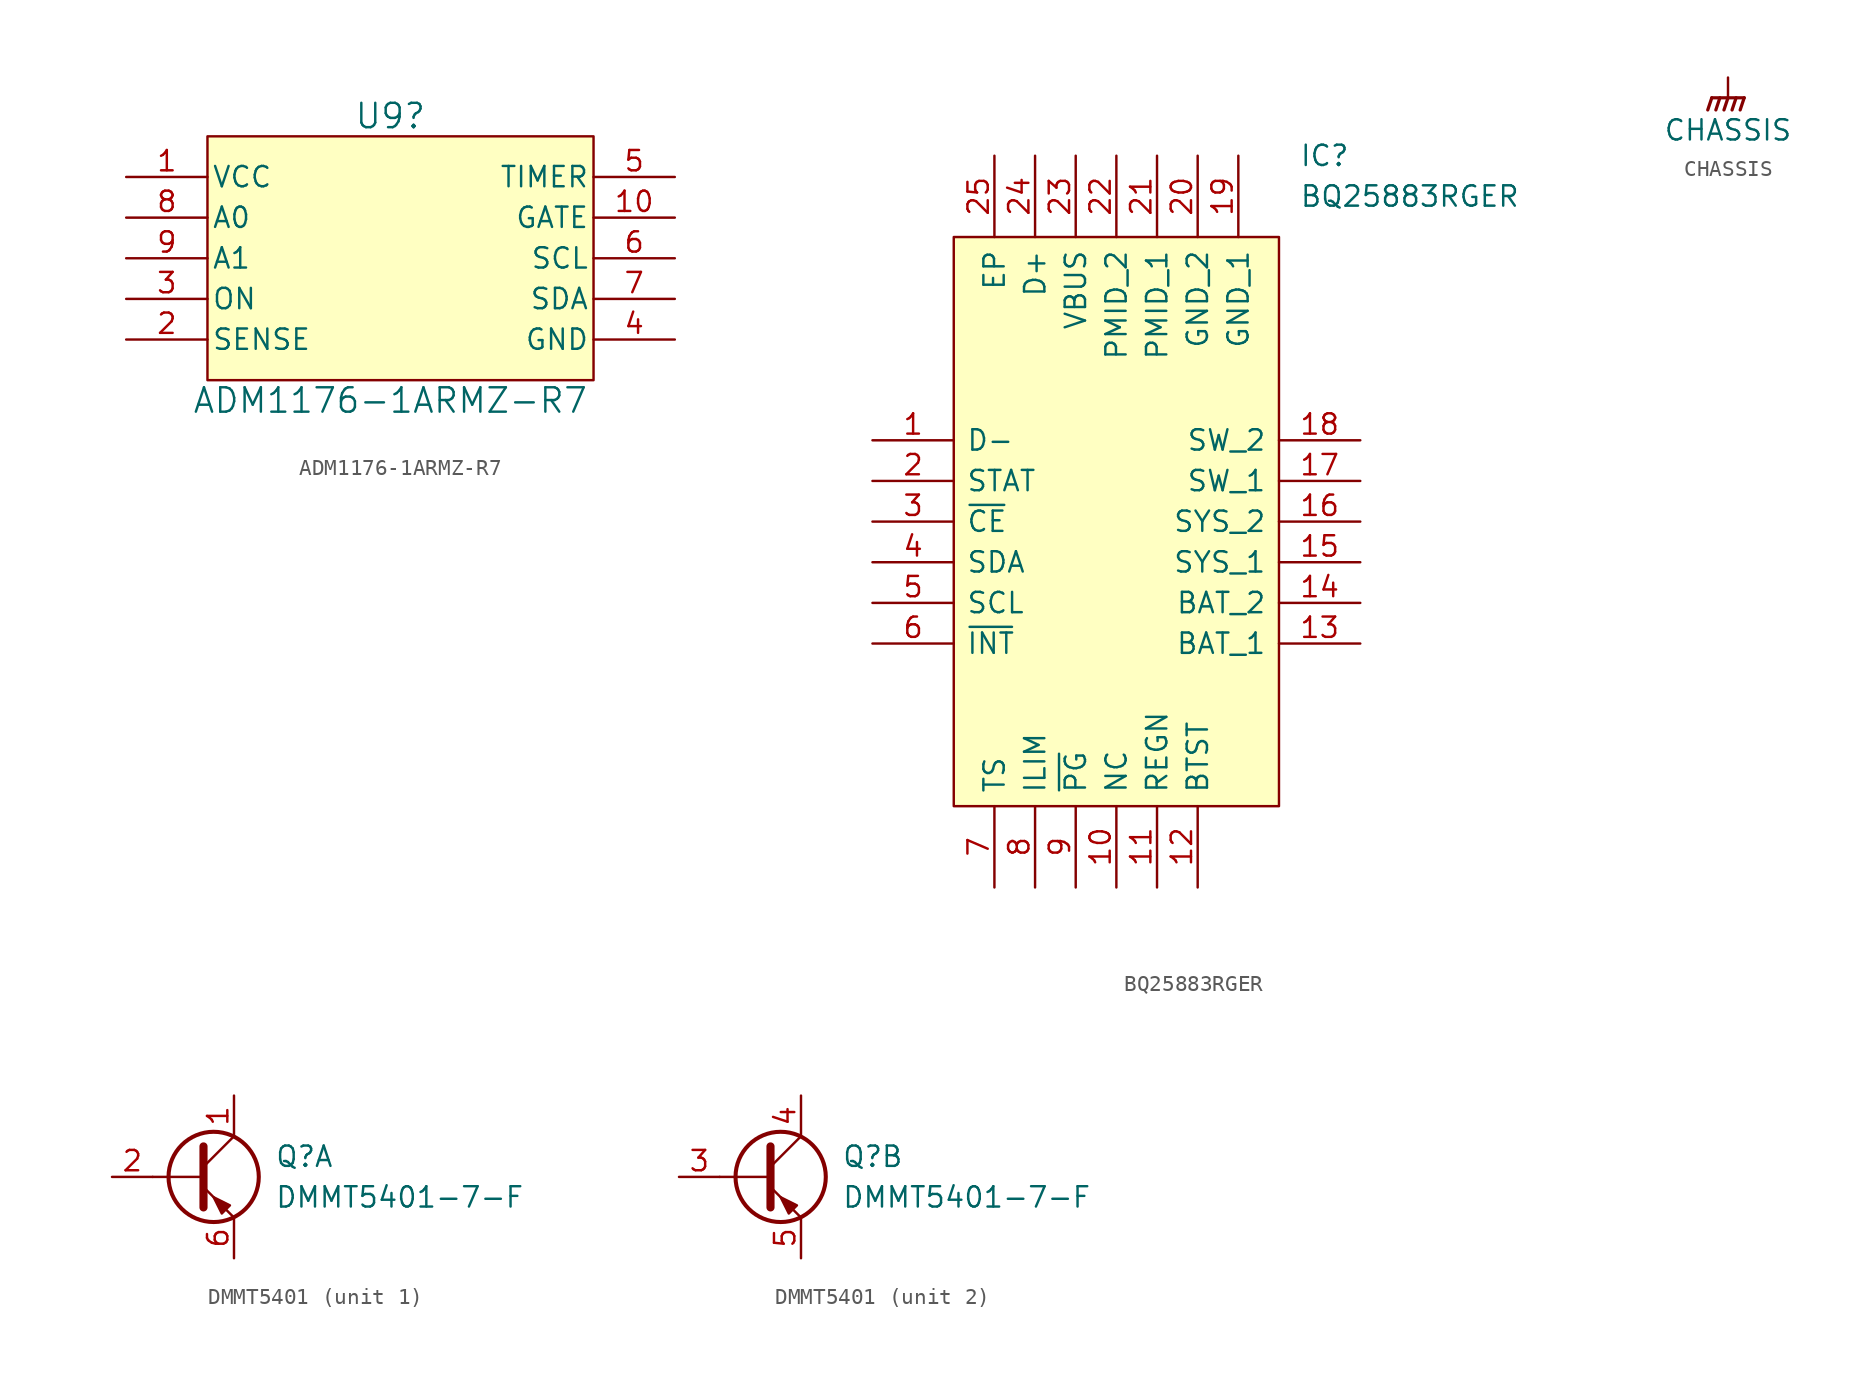
<source format=kicad_sym>
(kicad_symbol_lib
  (version 20220914)
  (generator kicad_symbol_editor)
  (symbol "ADM1176-1ARMZ-R7"
    (pin_names
      (offset 0.254))
    (property "Reference" "U9"
      (at 19.05 -10.16 0)
      (effects (font (size 1.524 1.524))))
    (property "Value" "ADM1176-1ARMZ-R7"
      (at 19.05 -27.94 0)
      (effects (font (size 1.524 1.524))))
    (symbol "ADM1176-1ARMZ-R7_1_0"
      (pin unspecified line (at 2.54 -13.97 0) (length 5.08) (name "VCC" (effects (font (size 1.27 1.27)))) (number "1" (effects (font (size 1.27 1.27)))))
      (pin unspecified line (at 36.83 -16.51 180) (length 5.08) (name "GATE" (effects (font (size 1.27 1.27)))) (number "10" (effects (font (size 1.27 1.27)))))
      (pin unspecified line (at 2.54 -24.13 0) (length 5.08) (name "SENSE" (effects (font (size 1.27 1.27)))) (number "2" (effects (font (size 1.27 1.27)))))
      (pin unspecified line (at 2.54 -21.59 0) (length 5.08) (name "ON" (effects (font (size 1.27 1.27)))) (number "3" (effects (font (size 1.27 1.27)))))
      (pin unspecified line (at 36.83 -24.13 180) (length 5.08) (name "GND" (effects (font (size 1.27 1.27)))) (number "4" (effects (font (size 1.27 1.27)))))
      (pin unspecified line (at 36.83 -13.97 180) (length 5.08) (name "TIMER" (effects (font (size 1.27 1.27)))) (number "5" (effects (font (size 1.27 1.27)))))
      (pin unspecified line (at 36.83 -19.05 180) (length 5.08) (name "SCL" (effects (font (size 1.27 1.27)))) (number "6" (effects (font (size 1.27 1.27)))))
      (pin unspecified line (at 36.83 -21.59 180) (length 5.08) (name "SDA" (effects (font (size 1.27 1.27)))) (number "7" (effects (font (size 1.27 1.27)))))
      (pin unspecified line (at 2.54 -16.51 0) (length 5.08) (name "A0" (effects (font (size 1.27 1.27)))) (number "8" (effects (font (size 1.27 1.27)))))
      (pin unspecified line (at 2.54 -19.05 0) (length 5.08) (name "A1" (effects (font (size 1.27 1.27)))) (number "9" (effects (font (size 1.27 1.27))))))
    (symbol "ADM1176-1ARMZ-R7_1_1"
      (rectangle (start 7.62 -11.43) (end 31.75 -26.67) (stroke (width 0) (type default)) (fill (type background)))))
  (symbol "BQ25883RGER"
    (pin_names
      (offset 0.762))
    (property "Reference" "IC"
      (at 26.67 17.78 0)
      (effects (font (size 1.27 1.27)) (justify left)))
    (property "Value" "BQ25883RGER"
      (at 26.67 15.24 0)
      (effects (font (size 1.27 1.27)) (justify left)))
    (symbol "BQ25883RGER_0_0"
      (pin bidirectional line (at 0 0 0) (length 5.08) (name "D-" (effects (font (size 1.27 1.27)))) (number "1" (effects (font (size 1.27 1.27)))))
      (pin bidirectional line (at 15.24 -27.94 90) (length 5.08) (name "NC" (effects (font (size 1.27 1.27)))) (number "10" (effects (font (size 1.27 1.27)))))
      (pin bidirectional line (at 17.78 -27.94 90) (length 5.08) (name "REGN" (effects (font (size 1.27 1.27)))) (number "11" (effects (font (size 1.27 1.27)))))
      (pin bidirectional line (at 20.32 -27.94 90) (length 5.08) (name "BTST" (effects (font (size 1.27 1.27)))) (number "12" (effects (font (size 1.27 1.27)))))
      (pin bidirectional line (at 30.48 -12.7 180) (length 5.08) (name "BAT_1" (effects (font (size 1.27 1.27)))) (number "13" (effects (font (size 1.27 1.27)))))
      (pin bidirectional line (at 30.48 -10.16 180) (length 5.08) (name "BAT_2" (effects (font (size 1.27 1.27)))) (number "14" (effects (font (size 1.27 1.27)))))
      (pin bidirectional line (at 30.48 -7.62 180) (length 5.08) (name "SYS_1" (effects (font (size 1.27 1.27)))) (number "15" (effects (font (size 1.27 1.27)))))
      (pin bidirectional line (at 30.48 -5.08 180) (length 5.08) (name "SYS_2" (effects (font (size 1.27 1.27)))) (number "16" (effects (font (size 1.27 1.27)))))
      (pin bidirectional line (at 30.48 -2.54 180) (length 5.08) (name "SW_1" (effects (font (size 1.27 1.27)))) (number "17" (effects (font (size 1.27 1.27)))))
      (pin bidirectional line (at 30.48 0 180) (length 5.08) (name "SW_2" (effects (font (size 1.27 1.27)))) (number "18" (effects (font (size 1.27 1.27)))))
      (pin bidirectional line (at 22.86 17.78 270) (length 5.08) (name "GND_1" (effects (font (size 1.27 1.27)))) (number "19" (effects (font (size 1.27 1.27)))))
      (pin bidirectional line (at 0 -2.54 0) (length 5.08) (name "STAT" (effects (font (size 1.27 1.27)))) (number "2" (effects (font (size 1.27 1.27)))))
      (pin bidirectional line (at 20.32 17.78 270) (length 5.08) (name "GND_2" (effects (font (size 1.27 1.27)))) (number "20" (effects (font (size 1.27 1.27)))))
      (pin bidirectional line (at 17.78 17.78 270) (length 5.08) (name "PMID_1" (effects (font (size 1.27 1.27)))) (number "21" (effects (font (size 1.27 1.27)))))
      (pin bidirectional line (at 15.24 17.78 270) (length 5.08) (name "PMID_2" (effects (font (size 1.27 1.27)))) (number "22" (effects (font (size 1.27 1.27)))))
      (pin bidirectional line (at 12.7 17.78 270) (length 5.08) (name "VBUS" (effects (font (size 1.27 1.27)))) (number "23" (effects (font (size 1.27 1.27)))))
      (pin bidirectional line (at 10.16 17.78 270) (length 5.08) (name "D+" (effects (font (size 1.27 1.27)))) (number "24" (effects (font (size 1.27 1.27)))))
      (pin bidirectional line (at 7.62 17.78 270) (length 5.08) (name "EP" (effects (font (size 1.27 1.27)))) (number "25" (effects (font (size 1.27 1.27)))))
      (pin bidirectional line (at 0 -5.08 0) (length 5.08) (name "~{CE}" (effects (font (size 1.27 1.27)))) (number "3" (effects (font (size 1.27 1.27)))))
      (pin bidirectional line (at 0 -7.62 0) (length 5.08) (name "SDA" (effects (font (size 1.27 1.27)))) (number "4" (effects (font (size 1.27 1.27)))))
      (pin bidirectional line (at 0 -10.16 0) (length 5.08) (name "SCL" (effects (font (size 1.27 1.27)))) (number "5" (effects (font (size 1.27 1.27)))))
      (pin bidirectional line (at 0 -12.7 0) (length 5.08) (name "~{INT}" (effects (font (size 1.27 1.27)))) (number "6" (effects (font (size 1.27 1.27)))))
      (pin bidirectional line (at 7.62 -27.94 90) (length 5.08) (name "TS" (effects (font (size 1.27 1.27)))) (number "7" (effects (font (size 1.27 1.27)))))
      (pin bidirectional line (at 10.16 -27.94 90) (length 5.08) (name "ILIM" (effects (font (size 1.27 1.27)))) (number "8" (effects (font (size 1.27 1.27)))))
      (pin bidirectional line (at 12.7 -27.94 90) (length 5.08) (name "~{PG}" (effects (font (size 1.27 1.27)))) (number "9" (effects (font (size 1.27 1.27))))))
    (symbol "BQ25883RGER_1_1"
      (polyline (pts (xy 5.08 12.7) (xy 25.4 12.7) (xy 25.4 -22.86) (xy 5.08 -22.86) (xy 5.08 12.7)) (stroke (width 0.152) (type default)) (fill (type background)))))
  (symbol "CHASSIS"
    (power)
    (pin_names
      (offset 0))
    (property "Reference" "#PWR"
      (at 0 -5.08 0)
      (effects (font (size 1.27 1.27)) hide))
    (property "Value" "CHASSIS"
      (at 0 -3.302 0)
      (effects (font (size 1.27 1.27))))
    (symbol "CHASSIS_0_1"
      (polyline (pts (xy 0 -1.27) (xy 0 0)) (stroke (width 0) (type default)) (fill (type none)))
      (polyline (pts (xy -1.016 -1.27) (xy -1.27 -2.032) (xy -1.27 -2.032)) (stroke (width 0.203) (type default)) (fill (type none)))
      (polyline (pts (xy -0.508 -1.27) (xy -0.762 -2.032) (xy -0.762 -2.032)) (stroke (width 0.203) (type default)) (fill (type none)))
      (polyline (pts (xy 0 -1.27) (xy -0.254 -2.032) (xy -0.254 -2.032)) (stroke (width 0.203) (type default)) (fill (type none)))
      (polyline (pts (xy 0.508 -1.27) (xy 0.254 -2.032) (xy 0.254 -2.032)) (stroke (width 0.203) (type default)) (fill (type none)))
      (polyline (pts (xy 1.016 -1.27) (xy -1.016 -1.27) (xy -1.016 -1.27)) (stroke (width 0.203) (type default)) (fill (type none)))
      (polyline (pts (xy 1.016 -1.27) (xy 0.762 -2.032) (xy 0.762 -2.032) (xy 0.762 -2.032)) (stroke (width 0.203) (type default)) (fill (type none))))
    (symbol "CHASSIS_1_1"
      (pin power_in line (at 0 0 270) (length 0) hide (name "GNDPWR" (effects (font (size 1.27 1.27)))) (number "1" (effects (font (size 1.27 1.27)))))))
  (symbol "DMMT5401"
    (pin_names
      (offset 0) hide)
    (property "Reference" "Q"
      (at 5.08 1.27 0)
      (effects (font (size 1.27 1.27)) (justify left)))
    (property "Value" "DMMT5401-7-F"
      (at 5.08 -1.27 0)
      (effects (font (size 1.27 1.27)) (justify left)))
    (property "ki_locked" ""
      (at 0 0 0)
      (effects (font (size 1.27 1.27))))
    (symbol "DMMT5401_0_1"
      (polyline (pts (xy 0.635 0) (xy -2.54 0)) (stroke (width 0) (type default)) (fill (type none)))
      (polyline (pts (xy 0.635 0.635) (xy 2.54 2.54)) (stroke (width 0) (type default)) (fill (type none)))
      (polyline (pts (xy 0.635 -0.635) (xy 2.54 -2.54) (xy 2.54 -2.54)) (stroke (width 0) (type default)) (fill (type none)))
      (polyline (pts (xy 0.635 1.905) (xy 0.635 -1.905) (xy 0.635 -1.905)) (stroke (width 0.508) (type default)) (fill (type none)))
      (polyline (pts (xy 2.286 -1.778) (xy 1.778 -2.286) (xy 1.27 -1.27) (xy 2.286 -1.778) (xy 2.286 -1.778)) (stroke (width 0) (type default)) (fill (type outline)))
      (circle (center 1.27 0) (radius 2.819) (stroke (width 0.254) (type default)) (fill (type none))))
    (symbol "DMMT5401_1_1"
      (pin passive line (at 2.54 5.08 270) (length 2.54) (name "C1" (effects (font (size 1.27 1.27)))) (number "1" (effects (font (size 1.27 1.27)))))
      (pin input line (at -5.08 0 0) (length 2.54) (name "B1" (effects (font (size 1.27 1.27)))) (number "2" (effects (font (size 1.27 1.27)))))
      (pin passive line (at 2.54 -5.08 90) (length 2.54) (name "E1" (effects (font (size 1.27 1.27)))) (number "6" (effects (font (size 1.27 1.27))))))
    (symbol "DMMT5401_2_1"
      (pin input line (at -5.08 0 0) (length 2.54) (name "B2" (effects (font (size 1.27 1.27)))) (number "3" (effects (font (size 1.27 1.27)))))
      (pin passive line (at 2.54 5.08 270) (length 2.54) (name "C2" (effects (font (size 1.27 1.27)))) (number "4" (effects (font (size 1.27 1.27)))))
      (pin passive line (at 2.54 -5.08 90) (length 2.54) (name "E2" (effects (font (size 1.27 1.27)))) (number "5" (effects (font (size 1.27 1.27))))))))
</source>
